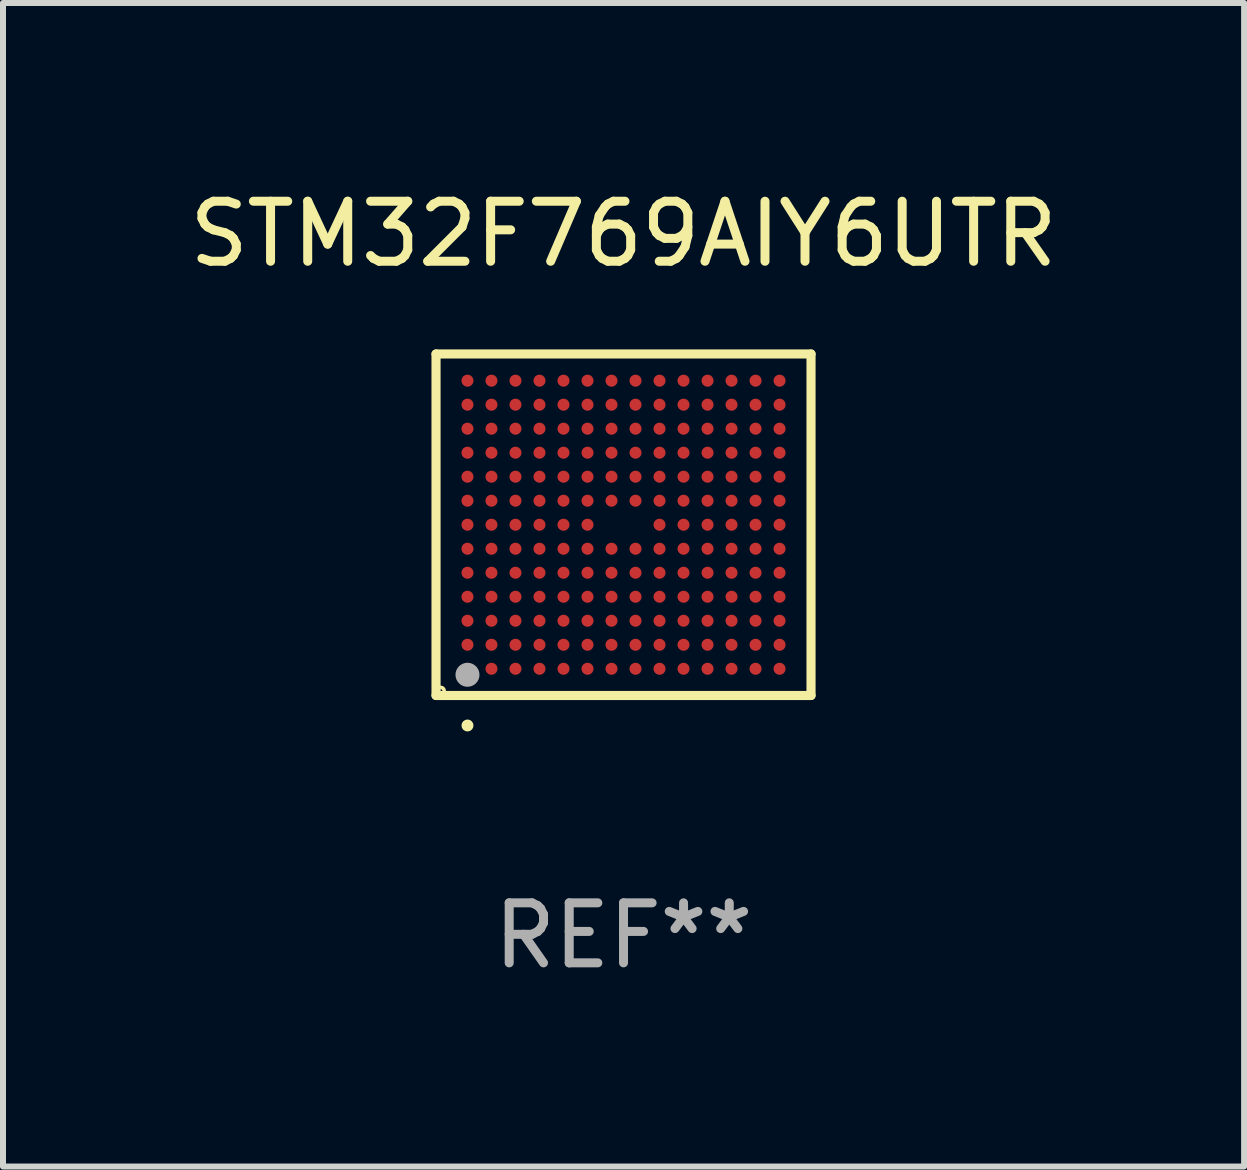
<source format=kicad_pcb>
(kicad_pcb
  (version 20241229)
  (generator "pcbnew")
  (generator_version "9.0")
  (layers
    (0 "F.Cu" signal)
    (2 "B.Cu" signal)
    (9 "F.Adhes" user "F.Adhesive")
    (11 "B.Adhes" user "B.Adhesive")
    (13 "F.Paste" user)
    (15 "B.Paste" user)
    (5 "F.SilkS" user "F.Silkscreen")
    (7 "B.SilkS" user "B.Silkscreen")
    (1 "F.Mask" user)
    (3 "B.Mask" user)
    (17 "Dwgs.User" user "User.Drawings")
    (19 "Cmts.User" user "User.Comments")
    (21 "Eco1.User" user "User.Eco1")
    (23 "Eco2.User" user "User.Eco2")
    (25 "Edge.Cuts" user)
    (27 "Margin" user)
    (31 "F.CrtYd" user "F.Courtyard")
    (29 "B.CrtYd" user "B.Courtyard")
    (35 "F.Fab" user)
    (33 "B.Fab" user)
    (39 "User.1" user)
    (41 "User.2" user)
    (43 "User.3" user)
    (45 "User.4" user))
  (footprint "STM32F769AIY6UTR"
    (layer "F.Cu")
    (at 7.339 5.693)
    (property "Reference" "STM32F769AIY6UTR" (at 0 -4.845 0) (layer "F.SilkS") (effects (font (size 1 1) (thickness 0.15))))
    (attr through_hole)
    (fp_line (start -3.124 -2.845) (end 3.124 -2.845) (stroke (width 0.152) (type solid)) (layer "F.SilkS"))
    (fp_line (start -3.124 2.845) (end -3.124 -2.845) (stroke (width 0.152) (type solid)) (layer "F.SilkS"))
    (fp_line (start 3.124 -2.845) (end 3.124 2.845) (stroke (width 0.152) (type solid)) (layer "F.SilkS"))
    (fp_line (start 3.124 2.845) (end -3.124 2.845) (stroke (width 0.152) (type solid)) (layer "F.SilkS"))
    (fp_circle (center -3.047 2.769) (end -3.018 2.769) (stroke (width 0.06) (type solid)) (fill no) (layer "F.SilkS"))
    (fp_circle (center -2.6 3.345) (end -2.55 3.345) (stroke (width 0.1) (type solid)) (fill no) (layer "F.SilkS"))
    (fp_circle (center -2.6 2.5) (end -2.5 2.5) (stroke (width 0.2) (type solid)) (fill no) (layer "F.Fab"))
    (fp_text user "REF**" (at 0 6.845 0) (layer "F.Fab") (effects (font (size 1 1) (thickness 0.15))))
    (pad "A1" smd circle (at -2.6 2.4) (size 0.2 0.2) (layers "F.Cu" "F.Mask" "F.Paste"))
    (pad "A2" smd circle (at -2.6 2) (size 0.2 0.2) (layers "F.Cu" "F.Mask" "F.Paste"))
    (pad "A3" smd circle (at -2.6 1.6) (size 0.2 0.2) (layers "F.Cu" "F.Mask" "F.Paste"))
    (pad "A4" smd circle (at -2.6 1.2) (size 0.2 0.2) (layers "F.Cu" "F.Mask" "F.Paste"))
    (pad "A5" smd circle (at -2.6 0.8) (size 0.2 0.2) (layers "F.Cu" "F.Mask" "F.Paste"))
    (pad "A6" smd circle (at -2.6 0.4) (size 0.2 0.2) (layers "F.Cu" "F.Mask" "F.Paste"))
    (pad "A7" smd circle (at -2.6 0) (size 0.2 0.2) (layers "F.Cu" "F.Mask" "F.Paste"))
    (pad "A8" smd circle (at -2.6 -0.4) (size 0.2 0.2) (layers "F.Cu" "F.Mask" "F.Paste"))
    (pad "A9" smd circle (at -2.6 -0.8) (size 0.2 0.2) (layers "F.Cu" "F.Mask" "F.Paste"))
    (pad "A10" smd circle (at -2.6 -1.2) (size 0.2 0.2) (layers "F.Cu" "F.Mask" "F.Paste"))
    (pad "A11" smd circle (at -2.6 -1.6) (size 0.2 0.2) (layers "F.Cu" "F.Mask" "F.Paste"))
    (pad "A12" smd circle (at -2.6 -2) (size 0.2 0.2) (layers "F.Cu" "F.Mask" "F.Paste"))
    (pad "A13" smd circle (at -2.6 -2.4) (size 0.2 0.2) (layers "F.Cu" "F.Mask" "F.Paste"))
    (pad "B1" smd circle (at -2.2 2.4) (size 0.2 0.2) (layers "F.Cu" "F.Mask" "F.Paste"))
    (pad "B2" smd circle (at -2.2 2) (size 0.2 0.2) (layers "F.Cu" "F.Mask" "F.Paste"))
    (pad "B3" smd circle (at -2.2 1.6) (size 0.2 0.2) (layers "F.Cu" "F.Mask" "F.Paste"))
    (pad "B4" smd circle (at -2.2 1.2) (size 0.2 0.2) (layers "F.Cu" "F.Mask" "F.Paste"))
    (pad "B5" smd circle (at -2.2 0.8) (size 0.2 0.2) (layers "F.Cu" "F.Mask" "F.Paste"))
    (pad "B6" smd circle (at -2.2 0.4) (size 0.2 0.2) (layers "F.Cu" "F.Mask" "F.Paste"))
    (pad "B7" smd circle (at -2.2 0) (size 0.2 0.2) (layers "F.Cu" "F.Mask" "F.Paste"))
    (pad "B8" smd circle (at -2.2 -0.4) (size 0.2 0.2) (layers "F.Cu" "F.Mask" "F.Paste"))
    (pad "B9" smd circle (at -2.2 -0.8) (size 0.2 0.2) (layers "F.Cu" "F.Mask" "F.Paste"))
    (pad "B10" smd circle (at -2.2 -1.2) (size 0.2 0.2) (layers "F.Cu" "F.Mask" "F.Paste"))
    (pad "B11" smd circle (at -2.2 -1.6) (size 0.2 0.2) (layers "F.Cu" "F.Mask" "F.Paste"))
    (pad "B12" smd circle (at -2.2 -2) (size 0.2 0.2) (layers "F.Cu" "F.Mask" "F.Paste"))
    (pad "B13" smd circle (at -2.2 -2.4) (size 0.2 0.2) (layers "F.Cu" "F.Mask" "F.Paste"))
    (pad "C1" smd circle (at -1.8 2.4) (size 0.2 0.2) (layers "F.Cu" "F.Mask" "F.Paste"))
    (pad "C2" smd circle (at -1.8 2) (size 0.2 0.2) (layers "F.Cu" "F.Mask" "F.Paste"))
    (pad "C3" smd circle (at -1.8 1.6) (size 0.2 0.2) (layers "F.Cu" "F.Mask" "F.Paste"))
    (pad "C4" smd circle (at -1.8 1.2) (size 0.2 0.2) (layers "F.Cu" "F.Mask" "F.Paste"))
    (pad "C5" smd circle (at -1.8 0.8) (size 0.2 0.2) (layers "F.Cu" "F.Mask" "F.Paste"))
    (pad "C6" smd circle (at -1.8 0.4) (size 0.2 0.2) (layers "F.Cu" "F.Mask" "F.Paste"))
    (pad "C7" smd circle (at -1.8 0) (size 0.2 0.2) (layers "F.Cu" "F.Mask" "F.Paste"))
    (pad "C8" smd circle (at -1.8 -0.4) (size 0.2 0.2) (layers "F.Cu" "F.Mask" "F.Paste"))
    (pad "C9" smd circle (at -1.8 -0.8) (size 0.2 0.2) (layers "F.Cu" "F.Mask" "F.Paste"))
    (pad "C10" smd circle (at -1.8 -1.2) (size 0.2 0.2) (layers "F.Cu" "F.Mask" "F.Paste"))
    (pad "C11" smd circle (at -1.8 -1.6) (size 0.2 0.2) (layers "F.Cu" "F.Mask" "F.Paste"))
    (pad "C12" smd circle (at -1.8 -2) (size 0.2 0.2) (layers "F.Cu" "F.Mask" "F.Paste"))
    (pad "C13" smd circle (at -1.8 -2.4) (size 0.2 0.2) (layers "F.Cu" "F.Mask" "F.Paste"))
    (pad "D1" smd circle (at -1.4 2.4) (size 0.2 0.2) (layers "F.Cu" "F.Mask" "F.Paste"))
    (pad "D2" smd circle (at -1.4 2) (size 0.2 0.2) (layers "F.Cu" "F.Mask" "F.Paste"))
    (pad "D3" smd circle (at -1.4 1.6) (size 0.2 0.2) (layers "F.Cu" "F.Mask" "F.Paste"))
    (pad "D4" smd circle (at -1.4 1.2) (size 0.2 0.2) (layers "F.Cu" "F.Mask" "F.Paste"))
    (pad "D5" smd circle (at -1.4 0.8) (size 0.2 0.2) (layers "F.Cu" "F.Mask" "F.Paste"))
    (pad "D6" smd circle (at -1.4 0.4) (size 0.2 0.2) (layers "F.Cu" "F.Mask" "F.Paste"))
    (pad "D7" smd circle (at -1.4 0) (size 0.2 0.2) (layers "F.Cu" "F.Mask" "F.Paste"))
    (pad "D8" smd circle (at -1.4 -0.4) (size 0.2 0.2) (layers "F.Cu" "F.Mask" "F.Paste"))
    (pad "D9" smd circle (at -1.4 -0.8) (size 0.2 0.2) (layers "F.Cu" "F.Mask" "F.Paste"))
    (pad "D10" smd circle (at -1.4 -1.2) (size 0.2 0.2) (layers "F.Cu" "F.Mask" "F.Paste"))
    (pad "D11" smd circle (at -1.4 -1.6) (size 0.2 0.2) (layers "F.Cu" "F.Mask" "F.Paste"))
    (pad "D12" smd circle (at -1.4 -2) (size 0.2 0.2) (layers "F.Cu" "F.Mask" "F.Paste"))
    (pad "D13" smd circle (at -1.4 -2.4) (size 0.2 0.2) (layers "F.Cu" "F.Mask" "F.Paste"))
    (pad "E1" smd circle (at -1 2.4) (size 0.2 0.2) (layers "F.Cu" "F.Mask" "F.Paste"))
    (pad "E2" smd circle (at -1 2) (size 0.2 0.2) (layers "F.Cu" "F.Mask" "F.Paste"))
    (pad "E3" smd circle (at -1 1.6) (size 0.2 0.2) (layers "F.Cu" "F.Mask" "F.Paste"))
    (pad "E4" smd circle (at -1 1.2) (size 0.2 0.2) (layers "F.Cu" "F.Mask" "F.Paste"))
    (pad "E5" smd circle (at -1 0.8) (size 0.2 0.2) (layers "F.Cu" "F.Mask" "F.Paste"))
    (pad "E6" smd circle (at -1 0.4) (size 0.2 0.2) (layers "F.Cu" "F.Mask" "F.Paste"))
    (pad "E7" smd circle (at -1 0) (size 0.2 0.2) (layers "F.Cu" "F.Mask" "F.Paste"))
    (pad "E8" smd circle (at -1 -0.4) (size 0.2 0.2) (layers "F.Cu" "F.Mask" "F.Paste"))
    (pad "E9" smd circle (at -1 -0.8) (size 0.2 0.2) (layers "F.Cu" "F.Mask" "F.Paste"))
    (pad "E10" smd circle (at -1 -1.2) (size 0.2 0.2) (layers "F.Cu" "F.Mask" "F.Paste"))
    (pad "E11" smd circle (at -1 -1.6) (size 0.2 0.2) (layers "F.Cu" "F.Mask" "F.Paste"))
    (pad "E12" smd circle (at -1 -2) (size 0.2 0.2) (layers "F.Cu" "F.Mask" "F.Paste"))
    (pad "E13" smd circle (at -1 -2.4) (size 0.2 0.2) (layers "F.Cu" "F.Mask" "F.Paste"))
    (pad "F1" smd circle (at -0.6 2.4) (size 0.2 0.2) (layers "F.Cu" "F.Mask" "F.Paste"))
    (pad "F2" smd circle (at -0.6 2) (size 0.2 0.2) (layers "F.Cu" "F.Mask" "F.Paste"))
    (pad "F3" smd circle (at -0.6 1.6) (size 0.2 0.2) (layers "F.Cu" "F.Mask" "F.Paste"))
    (pad "F4" smd circle (at -0.6 1.2) (size 0.2 0.2) (layers "F.Cu" "F.Mask" "F.Paste"))
    (pad "F5" smd circle (at -0.6 0.8) (size 0.2 0.2) (layers "F.Cu" "F.Mask" "F.Paste"))
    (pad "F6" smd circle (at -0.6 0.4) (size 0.2 0.2) (layers "F.Cu" "F.Mask" "F.Paste"))
    (pad "F7" smd circle (at -0.6 0) (size 0.2 0.2) (layers "F.Cu" "F.Mask" "F.Paste"))
    (pad "F8" smd circle (at -0.6 -0.4) (size 0.2 0.2) (layers "F.Cu" "F.Mask" "F.Paste"))
    (pad "F9" smd circle (at -0.6 -0.8) (size 0.2 0.2) (layers "F.Cu" "F.Mask" "F.Paste"))
    (pad "F10" smd circle (at -0.6 -1.2) (size 0.2 0.2) (layers "F.Cu" "F.Mask" "F.Paste"))
    (pad "F11" smd circle (at -0.6 -1.6) (size 0.2 0.2) (layers "F.Cu" "F.Mask" "F.Paste"))
    (pad "F12" smd circle (at -0.6 -2) (size 0.2 0.2) (layers "F.Cu" "F.Mask" "F.Paste"))
    (pad "F13" smd circle (at -0.6 -2.4) (size 0.2 0.2) (layers "F.Cu" "F.Mask" "F.Paste"))
    (pad "G1" smd circle (at -0.2 2.4) (size 0.2 0.2) (layers "F.Cu" "F.Mask" "F.Paste"))
    (pad "G2" smd circle (at -0.2 2) (size 0.2 0.2) (layers "F.Cu" "F.Mask" "F.Paste"))
    (pad "G3" smd circle (at -0.2 1.6) (size 0.2 0.2) (layers "F.Cu" "F.Mask" "F.Paste"))
    (pad "G4" smd circle (at -0.2 1.2) (size 0.2 0.2) (layers "F.Cu" "F.Mask" "F.Paste"))
    (pad "G5" smd circle (at -0.2 0.8) (size 0.2 0.2) (layers "F.Cu" "F.Mask" "F.Paste"))
    (pad "G6" smd circle (at -0.2 0.4) (size 0.2 0.2) (layers "F.Cu" "F.Mask" "F.Paste"))
    (pad "G8" smd circle (at -0.2 -0.4) (size 0.2 0.2) (layers "F.Cu" "F.Mask" "F.Paste"))
    (pad "G9" smd circle (at -0.2 -0.8) (size 0.2 0.2) (layers "F.Cu" "F.Mask" "F.Paste"))
    (pad "G10" smd circle (at -0.2 -1.2) (size 0.2 0.2) (layers "F.Cu" "F.Mask" "F.Paste"))
    (pad "G11" smd circle (at -0.2 -1.6) (size 0.2 0.2) (layers "F.Cu" "F.Mask" "F.Paste"))
    (pad "G12" smd circle (at -0.2 -2) (size 0.2 0.2) (layers "F.Cu" "F.Mask" "F.Paste"))
    (pad "G13" smd circle (at -0.2 -2.4) (size 0.2 0.2) (layers "F.Cu" "F.Mask" "F.Paste"))
    (pad "H1" smd circle (at 0.2 2.4) (size 0.2 0.2) (layers "F.Cu" "F.Mask" "F.Paste"))
    (pad "H2" smd circle (at 0.2 2) (size 0.2 0.2) (layers "F.Cu" "F.Mask" "F.Paste"))
    (pad "H3" smd circle (at 0.2 1.6) (size 0.2 0.2) (layers "F.Cu" "F.Mask" "F.Paste"))
    (pad "H4" smd circle (at 0.2 1.2) (size 0.2 0.2) (layers "F.Cu" "F.Mask" "F.Paste"))
    (pad "H5" smd circle (at 0.2 0.8) (size 0.2 0.2) (layers "F.Cu" "F.Mask" "F.Paste"))
    (pad "H6" smd circle (at 0.2 0.4) (size 0.2 0.2) (layers "F.Cu" "F.Mask" "F.Paste"))
    (pad "H8" smd circle (at 0.2 -0.4) (size 0.2 0.2) (layers "F.Cu" "F.Mask" "F.Paste"))
    (pad "H9" smd circle (at 0.2 -0.8) (size 0.2 0.2) (layers "F.Cu" "F.Mask" "F.Paste"))
    (pad "H10" smd circle (at 0.2 -1.2) (size 0.2 0.2) (layers "F.Cu" "F.Mask" "F.Paste"))
    (pad "H11" smd circle (at 0.2 -1.6) (size 0.2 0.2) (layers "F.Cu" "F.Mask" "F.Paste"))
    (pad "H12" smd circle (at 0.2 -2) (size 0.2 0.2) (layers "F.Cu" "F.Mask" "F.Paste"))
    (pad "H13" smd circle (at 0.2 -2.4) (size 0.2 0.2) (layers "F.Cu" "F.Mask" "F.Paste"))
    (pad "J1" smd circle (at 0.6 2.4) (size 0.2 0.2) (layers "F.Cu" "F.Mask" "F.Paste"))
    (pad "J2" smd circle (at 0.6 2) (size 0.2 0.2) (layers "F.Cu" "F.Mask" "F.Paste"))
    (pad "J3" smd circle (at 0.6 1.6) (size 0.2 0.2) (layers "F.Cu" "F.Mask" "F.Paste"))
    (pad "J4" smd circle (at 0.6 1.2) (size 0.2 0.2) (layers "F.Cu" "F.Mask" "F.Paste"))
    (pad "J5" smd circle (at 0.6 0.8) (size 0.2 0.2) (layers "F.Cu" "F.Mask" "F.Paste"))
    (pad "J6" smd circle (at 0.6 0.4) (size 0.2 0.2) (layers "F.Cu" "F.Mask" "F.Paste"))
    (pad "J7" smd circle (at 0.6 0) (size 0.2 0.2) (layers "F.Cu" "F.Mask" "F.Paste"))
    (pad "J8" smd circle (at 0.6 -0.4) (size 0.2 0.2) (layers "F.Cu" "F.Mask" "F.Paste"))
    (pad "J9" smd circle (at 0.6 -0.8) (size 0.2 0.2) (layers "F.Cu" "F.Mask" "F.Paste"))
    (pad "J10" smd circle (at 0.6 -1.2) (size 0.2 0.2) (layers "F.Cu" "F.Mask" "F.Paste"))
    (pad "J11" smd circle (at 0.6 -1.6) (size 0.2 0.2) (layers "F.Cu" "F.Mask" "F.Paste"))
    (pad "J12" smd circle (at 0.6 -2) (size 0.2 0.2) (layers "F.Cu" "F.Mask" "F.Paste"))
    (pad "J13" smd circle (at 0.6 -2.4) (size 0.2 0.2) (layers "F.Cu" "F.Mask" "F.Paste"))
    (pad "K1" smd circle (at 1 2.4) (size 0.2 0.2) (layers "F.Cu" "F.Mask" "F.Paste"))
    (pad "K2" smd circle (at 1 2) (size 0.2 0.2) (layers "F.Cu" "F.Mask" "F.Paste"))
    (pad "K3" smd circle (at 1 1.6) (size 0.2 0.2) (layers "F.Cu" "F.Mask" "F.Paste"))
    (pad "K4" smd circle (at 1 1.2) (size 0.2 0.2) (layers "F.Cu" "F.Mask" "F.Paste"))
    (pad "K5" smd circle (at 1 0.8) (size 0.2 0.2) (layers "F.Cu" "F.Mask" "F.Paste"))
    (pad "K6" smd circle (at 1 0.4) (size 0.2 0.2) (layers "F.Cu" "F.Mask" "F.Paste"))
    (pad "K7" smd circle (at 1 0) (size 0.2 0.2) (layers "F.Cu" "F.Mask" "F.Paste"))
    (pad "K8" smd circle (at 1 -0.4) (size 0.2 0.2) (layers "F.Cu" "F.Mask" "F.Paste"))
    (pad "K9" smd circle (at 1 -0.8) (size 0.2 0.2) (layers "F.Cu" "F.Mask" "F.Paste"))
    (pad "K10" smd circle (at 1 -1.2) (size 0.2 0.2) (layers "F.Cu" "F.Mask" "F.Paste"))
    (pad "K11" smd circle (at 1 -1.6) (size 0.2 0.2) (layers "F.Cu" "F.Mask" "F.Paste"))
    (pad "K12" smd circle (at 1 -2) (size 0.2 0.2) (layers "F.Cu" "F.Mask" "F.Paste"))
    (pad "K13" smd circle (at 1 -2.4) (size 0.2 0.2) (layers "F.Cu" "F.Mask" "F.Paste"))
    (pad "L1" smd circle (at 1.4 2.4) (size 0.2 0.2) (layers "F.Cu" "F.Mask" "F.Paste"))
    (pad "L2" smd circle (at 1.4 2) (size 0.2 0.2) (layers "F.Cu" "F.Mask" "F.Paste"))
    (pad "L3" smd circle (at 1.4 1.6) (size 0.2 0.2) (layers "F.Cu" "F.Mask" "F.Paste"))
    (pad "L4" smd circle (at 1.4 1.2) (size 0.2 0.2) (layers "F.Cu" "F.Mask" "F.Paste"))
    (pad "L5" smd circle (at 1.4 0.8) (size 0.2 0.2) (layers "F.Cu" "F.Mask" "F.Paste"))
    (pad "L6" smd circle (at 1.4 0.4) (size 0.2 0.2) (layers "F.Cu" "F.Mask" "F.Paste"))
    (pad "L7" smd circle (at 1.4 0) (size 0.2 0.2) (layers "F.Cu" "F.Mask" "F.Paste"))
    (pad "L8" smd circle (at 1.4 -0.4) (size 0.2 0.2) (layers "F.Cu" "F.Mask" "F.Paste"))
    (pad "L9" smd circle (at 1.4 -0.8) (size 0.2 0.2) (layers "F.Cu" "F.Mask" "F.Paste"))
    (pad "L10" smd circle (at 1.4 -1.2) (size 0.2 0.2) (layers "F.Cu" "F.Mask" "F.Paste"))
    (pad "L11" smd circle (at 1.4 -1.6) (size 0.2 0.2) (layers "F.Cu" "F.Mask" "F.Paste"))
    (pad "L12" smd circle (at 1.4 -2) (size 0.2 0.2) (layers "F.Cu" "F.Mask" "F.Paste"))
    (pad "L13" smd circle (at 1.4 -2.4) (size 0.2 0.2) (layers "F.Cu" "F.Mask" "F.Paste"))
    (pad "M1" smd circle (at 1.8 2.4) (size 0.2 0.2) (layers "F.Cu" "F.Mask" "F.Paste"))
    (pad "M2" smd circle (at 1.8 2) (size 0.2 0.2) (layers "F.Cu" "F.Mask" "F.Paste"))
    (pad "M3" smd circle (at 1.8 1.6) (size 0.2 0.2) (layers "F.Cu" "F.Mask" "F.Paste"))
    (pad "M4" smd circle (at 1.8 1.2) (size 0.2 0.2) (layers "F.Cu" "F.Mask" "F.Paste"))
    (pad "M5" smd circle (at 1.8 0.8) (size 0.2 0.2) (layers "F.Cu" "F.Mask" "F.Paste"))
    (pad "M6" smd circle (at 1.8 0.4) (size 0.2 0.2) (layers "F.Cu" "F.Mask" "F.Paste"))
    (pad "M7" smd circle (at 1.8 0) (size 0.2 0.2) (layers "F.Cu" "F.Mask" "F.Paste"))
    (pad "M8" smd circle (at 1.8 -0.4) (size 0.2 0.2) (layers "F.Cu" "F.Mask" "F.Paste"))
    (pad "M9" smd circle (at 1.8 -0.8) (size 0.2 0.2) (layers "F.Cu" "F.Mask" "F.Paste"))
    (pad "M10" smd circle (at 1.8 -1.2) (size 0.2 0.2) (layers "F.Cu" "F.Mask" "F.Paste"))
    (pad "M11" smd circle (at 1.8 -1.6) (size 0.2 0.2) (layers "F.Cu" "F.Mask" "F.Paste"))
    (pad "M12" smd circle (at 1.8 -2) (size 0.2 0.2) (layers "F.Cu" "F.Mask" "F.Paste"))
    (pad "M13" smd circle (at 1.8 -2.4) (size 0.2 0.2) (layers "F.Cu" "F.Mask" "F.Paste"))
    (pad "N1" smd circle (at 2.2 2.4) (size 0.2 0.2) (layers "F.Cu" "F.Mask" "F.Paste"))
    (pad "N2" smd circle (at 2.2 2) (size 0.2 0.2) (layers "F.Cu" "F.Mask" "F.Paste"))
    (pad "N3" smd circle (at 2.2 1.6) (size 0.2 0.2) (layers "F.Cu" "F.Mask" "F.Paste"))
    (pad "N4" smd circle (at 2.2 1.2) (size 0.2 0.2) (layers "F.Cu" "F.Mask" "F.Paste"))
    (pad "N5" smd circle (at 2.2 0.8) (size 0.2 0.2) (layers "F.Cu" "F.Mask" "F.Paste"))
    (pad "N6" smd circle (at 2.2 0.4) (size 0.2 0.2) (layers "F.Cu" "F.Mask" "F.Paste"))
    (pad "N7" smd circle (at 2.2 0) (size 0.2 0.2) (layers "F.Cu" "F.Mask" "F.Paste"))
    (pad "N8" smd circle (at 2.2 -0.4) (size 0.2 0.2) (layers "F.Cu" "F.Mask" "F.Paste"))
    (pad "N9" smd circle (at 2.2 -0.8) (size 0.2 0.2) (layers "F.Cu" "F.Mask" "F.Paste"))
    (pad "N10" smd circle (at 2.2 -1.2) (size 0.2 0.2) (layers "F.Cu" "F.Mask" "F.Paste"))
    (pad "N11" smd circle (at 2.2 -1.6) (size 0.2 0.2) (layers "F.Cu" "F.Mask" "F.Paste"))
    (pad "N12" smd circle (at 2.2 -2) (size 0.2 0.2) (layers "F.Cu" "F.Mask" "F.Paste"))
    (pad "N13" smd circle (at 2.2 -2.4) (size 0.2 0.2) (layers "F.Cu" "F.Mask" "F.Paste"))
    (pad "P1" smd circle (at 2.6 2.4) (size 0.2 0.2) (layers "F.Cu" "F.Mask" "F.Paste"))
    (pad "P2" smd circle (at 2.6 2) (size 0.2 0.2) (layers "F.Cu" "F.Mask" "F.Paste"))
    (pad "P3" smd circle (at 2.6 1.6) (size 0.2 0.2) (layers "F.Cu" "F.Mask" "F.Paste"))
    (pad "P4" smd circle (at 2.6 1.2) (size 0.2 0.2) (layers "F.Cu" "F.Mask" "F.Paste"))
    (pad "P5" smd circle (at 2.6 0.8) (size 0.2 0.2) (layers "F.Cu" "F.Mask" "F.Paste"))
    (pad "P6" smd circle (at 2.6 0.4) (size 0.2 0.2) (layers "F.Cu" "F.Mask" "F.Paste"))
    (pad "P7" smd circle (at 2.6 0) (size 0.2 0.2) (layers "F.Cu" "F.Mask" "F.Paste"))
    (pad "P8" smd circle (at 2.6 -0.4) (size 0.2 0.2) (layers "F.Cu" "F.Mask" "F.Paste"))
    (pad "P9" smd circle (at 2.6 -0.8) (size 0.2 0.2) (layers "F.Cu" "F.Mask" "F.Paste"))
    (pad "P10" smd circle (at 2.6 -1.2) (size 0.2 0.2) (layers "F.Cu" "F.Mask" "F.Paste"))
    (pad "P11" smd circle (at 2.6 -1.6) (size 0.2 0.2) (layers "F.Cu" "F.Mask" "F.Paste"))
    (pad "P12" smd circle (at 2.6 -2) (size 0.2 0.2) (layers "F.Cu" "F.Mask" "F.Paste"))
    (pad "P13" smd circle (at 2.6 -2.4) (size 0.2 0.2) (layers "F.Cu" "F.Mask" "F.Paste")))
  (gr_rect
    (start -3 -3)
    (end 17.679 16.386)
    (stroke (width 0.1) (type default))
    (fill no)
    (layer "Edge.Cuts")))
</source>
